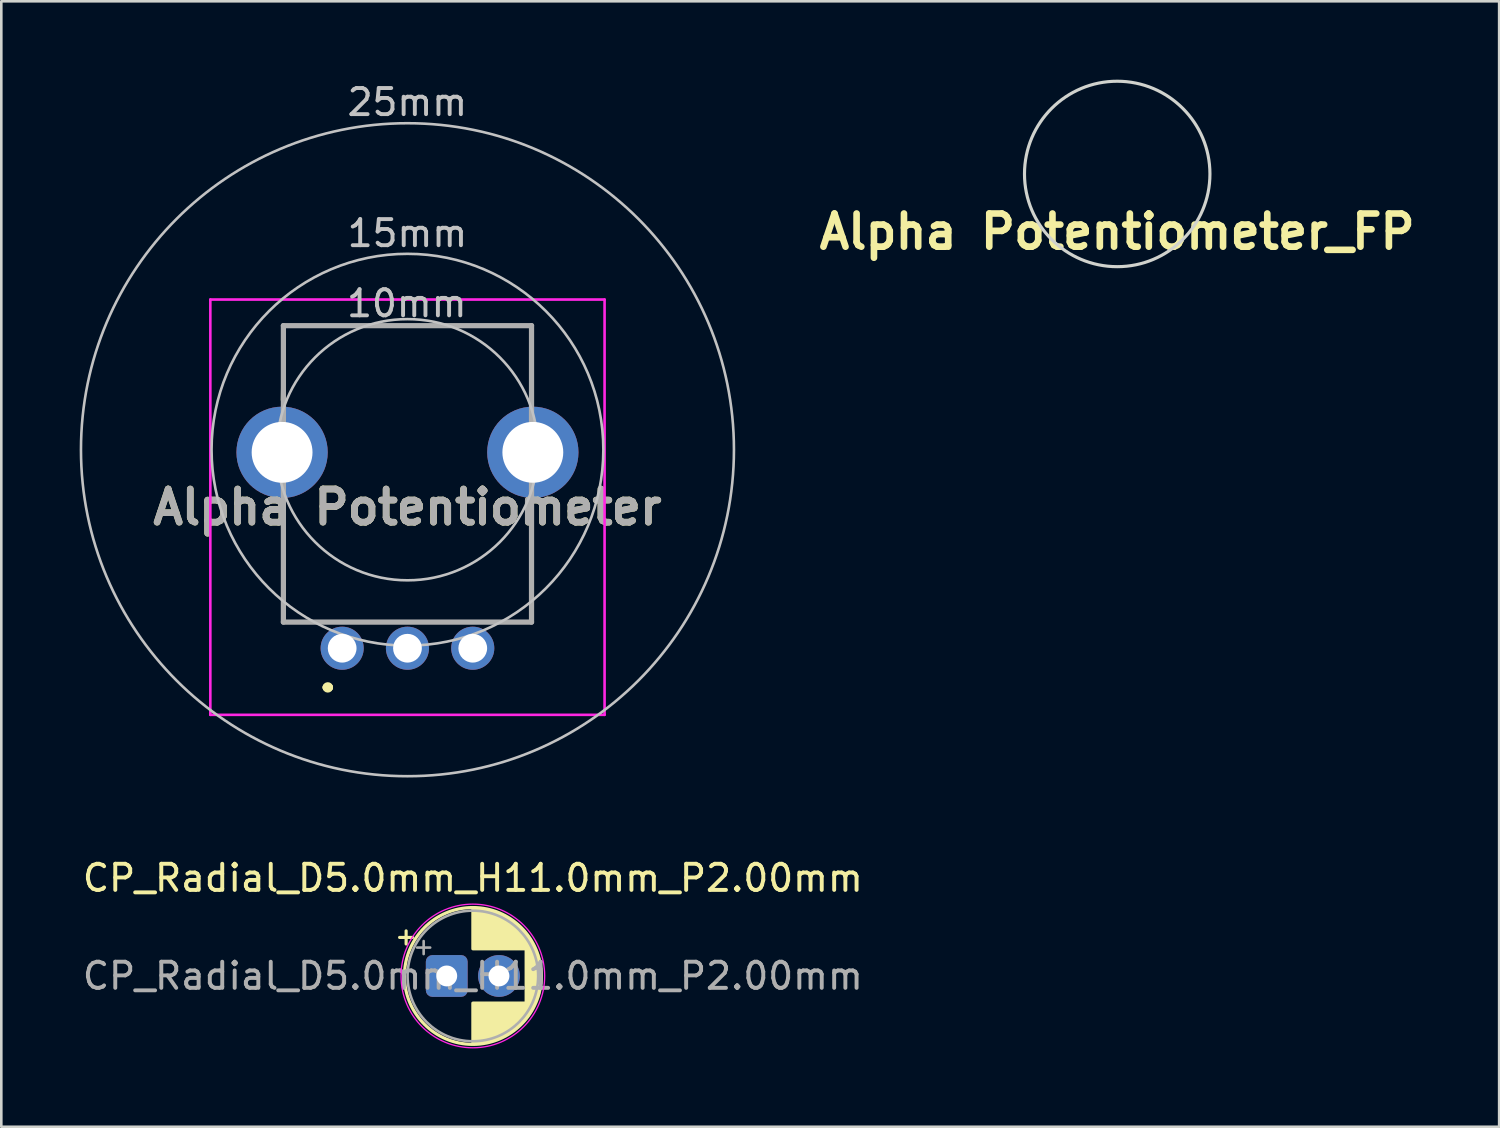
<source format=kicad_pcb>
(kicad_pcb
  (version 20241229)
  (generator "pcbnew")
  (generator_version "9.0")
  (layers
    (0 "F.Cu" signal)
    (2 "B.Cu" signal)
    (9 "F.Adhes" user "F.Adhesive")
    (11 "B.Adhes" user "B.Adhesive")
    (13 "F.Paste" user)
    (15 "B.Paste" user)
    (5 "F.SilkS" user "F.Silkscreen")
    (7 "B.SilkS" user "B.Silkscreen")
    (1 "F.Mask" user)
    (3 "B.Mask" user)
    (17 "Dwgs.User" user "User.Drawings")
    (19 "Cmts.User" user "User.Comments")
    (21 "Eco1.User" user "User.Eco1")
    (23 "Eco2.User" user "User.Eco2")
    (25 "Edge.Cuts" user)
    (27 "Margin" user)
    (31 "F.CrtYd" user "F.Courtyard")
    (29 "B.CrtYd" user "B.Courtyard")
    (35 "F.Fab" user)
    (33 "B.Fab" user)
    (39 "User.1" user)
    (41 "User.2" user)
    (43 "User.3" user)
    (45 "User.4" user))
  (footprint "Alpha Potentiometer"
    (layer "F.Cu")
    (at 10.05 21.768)
    (property "Reference" "Alpha Potentiometer" (at 2.5 -5.4 0) (layer "F.SilkS") (effects (font (size 1.27 1.27) (thickness 0.254))))
    (attr through_hole)
    (fp_line (start -2.3 -9.5) (end -2.25 -12.35) (stroke (width 0.1) (type solid)) (layer "F.SilkS"))
    (fp_line (start -2.3 -5.5) (end -2.25 -1) (stroke (width 0.1) (type solid)) (layer "F.SilkS"))
    (fp_line (start -2.25 -12.35) (end 7.25 -12.35) (stroke (width 0.1) (type solid)) (layer "F.SilkS"))
    (fp_line (start -2.25 -1) (end 7.25 -1) (stroke (width 0.1) (type solid)) (layer "F.SilkS"))
    (fp_line (start -0.6 1.5) (end -0.6 1.5) (stroke (width 0.3) (type solid)) (layer "F.SilkS"))
    (fp_line (start -0.5 1.5) (end -0.5 1.5) (stroke (width 0.3) (type solid)) (layer "F.SilkS"))
    (fp_line (start 7.25 -12.35) (end 7.25 -9.5) (stroke (width 0.1) (type solid)) (layer "F.SilkS"))
    (fp_line (start 7.25 -1) (end 7.25 -5.5) (stroke (width 0.1) (type solid)) (layer "F.SilkS"))
    (fp_arc (start -0.6 1.5) (mid -0.55 1.45) (end -0.5 1.5) (stroke (width 0.3) (type solid)) (layer "F.SilkS"))
    (fp_arc (start -0.5 1.5) (mid -0.55 1.55) (end -0.6 1.5) (stroke (width 0.3) (type solid)) (layer "F.SilkS"))
    (fp_circle (center 2.5 -7.6) (end 7.5 -7.6) (stroke (width 0.1) (type default)) (fill no) (layer "Dwgs.User"))
    (fp_circle (center 2.5 -7.6) (end 10 -7.6) (stroke (width 0.1) (type default)) (fill no) (layer "Dwgs.User"))
    (fp_circle (center 2.5 -7.6) (end 15 -7.6) (stroke (width 0.1) (type default)) (fill no) (layer "Dwgs.User"))
    (fp_line (start -5.047 -13.35) (end 10.047 -13.35) (stroke (width 0.1) (type solid)) (layer "F.CrtYd"))
    (fp_line (start -5.047 2.55) (end -5.047 -13.35) (stroke (width 0.1) (type solid)) (layer "F.CrtYd"))
    (fp_line (start 10.047 -13.35) (end 10.047 2.55) (stroke (width 0.1) (type solid)) (layer "F.CrtYd"))
    (fp_line (start 10.047 2.55) (end -5.047 2.55) (stroke (width 0.1) (type solid)) (layer "F.CrtYd"))
    (fp_line (start -2.25 -12.35) (end 7.25 -12.35) (stroke (width 0.2) (type solid)) (layer "F.Fab"))
    (fp_line (start -2.25 -1) (end -2.25 -12.35) (stroke (width 0.2) (type solid)) (layer "F.Fab"))
    (fp_line (start 7.25 -12.35) (end 7.25 -1) (stroke (width 0.2) (type solid)) (layer "F.Fab"))
    (fp_line (start 7.25 -1) (end -2.25 -1) (stroke (width 0.2) (type solid)) (layer "F.Fab"))
    (fp_line (start 2.5 -3.86) (end 2.5 -11.36) (stroke (width 0.12) (type solid)) (layer "User.1"))
    (fp_line (start 6.25 -7.61) (end -1.25 -7.61) (stroke (width 0.12) (type solid)) (layer "User.1"))
    (fp_circle (center 2.5 -7.61) (end 6.01 -8.93) (stroke (width 0.12) (type solid)) (fill no) (layer "User.1"))
    (fp_text user "10mm" (at 2.475 -12.615 0) (unlocked yes) (layer "Dwgs.User") (effects (font (size 1 1) (thickness 0.15)) (justify bottom)))
    (fp_text user "15mm" (at 2.5 -15.3 0) (unlocked yes) (layer "Dwgs.User") (effects (font (size 1 1) (thickness 0.15)) (justify bottom)))
    (fp_text user "25mm" (at 2.497 -20.318 0) (unlocked yes) (layer "Dwgs.User") (effects (font (size 1 1) (thickness 0.15)) (justify bottom)))
    (fp_text user "${REFERENCE}" (at 2.5 -5.4 0) (layer "F.Fab") (effects (font (size 1.27 1.27) (thickness 0.254))))
    (pad "1" thru_hole circle (at 0 0) (size 1.65 1.65) (drill 1.1) (layers "*.Cu" "*.Mask"))
    (pad "2" thru_hole circle (at 2.5 0) (size 1.65 1.65) (drill 1.1) (layers "*.Cu" "*.Mask"))
    (pad "3" thru_hole circle (at 5 0) (size 1.65 1.65) (drill 1.1) (layers "*.Cu" "*.Mask"))
    (pad "MH1" thru_hole circle (at -2.3 -7.5) (size 3.495 3.495) (drill 2.33) (layers "*.Cu" "*.Mask"))
    (pad "MH2" thru_hole circle (at 7.3 -7.5) (size 3.495 3.495) (drill 2.33) (layers "*.Cu" "*.Mask")))
  (footprint "Alpha Potentiometer_FP"
    (layer "F.Cu")
    (at 37.224 11.22)
    (property "Reference" "Alpha Potentiometer_FP" (at 2.5 -5.4 0) (layer "F.SilkS") (effects (font (size 1.27 1.27) (thickness 0.254))))
    (attr through_hole)
    (fp_circle (center 2.5 -7.61) (end 6.05 -7.61) (stroke (width 0.12) (type solid)) (fill no) (layer "Edge.Cuts"))
    (fp_line (start -0.6 1.5) (end -0.6 1.5) (stroke (width 0.3) (type solid)) (layer "User.1"))
    (fp_line (start -0.5 1.5) (end -0.5 1.5) (stroke (width 0.3) (type solid)) (layer "User.1"))
    (fp_line (start 2.5 -4.06) (end 2.5 -11.16) (stroke (width 0.12) (type solid)) (layer "User.1"))
    (fp_line (start 6.05 -7.61) (end -1.05 -7.61) (stroke (width 0.12) (type solid)) (layer "User.1"))
    (fp_arc (start -0.6 1.5) (mid -0.55 1.45) (end -0.5 1.5) (stroke (width 0.3) (type solid)) (layer "User.1"))
    (fp_arc (start -0.5 1.5) (mid -0.55 1.55) (end -0.6 1.5) (stroke (width 0.3) (type solid)) (layer "User.1")))
  (footprint "CP_Radial_D5.0mm_H11.0mm_P2.00mm"
    (layer "F.Cu")
    (at 14.054 34.316)
    (property "Reference" "CP_Radial_D5.0mm_H11.0mm_P2.00mm" (at 1 -3.75 0) (layer "F.SilkS") (effects (font (size 1 1) (thickness 0.15))))
    (attr through_hole)
    (fp_line (start -1.805 -1.475) (end -1.305 -1.475) (stroke (width 0.12) (type solid)) (layer "F.SilkS"))
    (fp_line (start -1.555 -1.725) (end -1.555 -1.225) (stroke (width 0.12) (type solid)) (layer "F.SilkS"))
    (fp_line (start 1 -2.58) (end 1 -1.04) (stroke (width 0.12) (type solid)) (layer "F.SilkS"))
    (fp_line (start 1 1.04) (end 1 2.58) (stroke (width 0.12) (type solid)) (layer "F.SilkS"))
    (fp_line (start 1.04 -2.58) (end 1.04 -1.04) (stroke (width 0.12) (type solid)) (layer "F.SilkS"))
    (fp_line (start 1.04 1.04) (end 1.04 2.58) (stroke (width 0.12) (type solid)) (layer "F.SilkS"))
    (fp_line (start 1.08 -2.579) (end 1.08 -1.04) (stroke (width 0.12) (type solid)) (layer "F.SilkS"))
    (fp_line (start 1.08 1.04) (end 1.08 2.579) (stroke (width 0.12) (type solid)) (layer "F.SilkS"))
    (fp_line (start 1.12 -2.577) (end 1.12 -1.04) (stroke (width 0.12) (type solid)) (layer "F.SilkS"))
    (fp_line (start 1.12 1.04) (end 1.12 2.577) (stroke (width 0.12) (type solid)) (layer "F.SilkS"))
    (fp_line (start 1.16 -2.575) (end 1.16 -1.04) (stroke (width 0.12) (type solid)) (layer "F.SilkS"))
    (fp_line (start 1.16 1.04) (end 1.16 2.575) (stroke (width 0.12) (type solid)) (layer "F.SilkS"))
    (fp_line (start 1.2 -2.572) (end 1.2 -1.04) (stroke (width 0.12) (type solid)) (layer "F.SilkS"))
    (fp_line (start 1.2 1.04) (end 1.2 2.572) (stroke (width 0.12) (type solid)) (layer "F.SilkS"))
    (fp_line (start 1.24 -2.569) (end 1.24 -1.04) (stroke (width 0.12) (type solid)) (layer "F.SilkS"))
    (fp_line (start 1.24 1.04) (end 1.24 2.569) (stroke (width 0.12) (type solid)) (layer "F.SilkS"))
    (fp_line (start 1.28 -2.565) (end 1.28 -1.04) (stroke (width 0.12) (type solid)) (layer "F.SilkS"))
    (fp_line (start 1.28 1.04) (end 1.28 2.565) (stroke (width 0.12) (type solid)) (layer "F.SilkS"))
    (fp_line (start 1.32 -2.56) (end 1.32 -1.04) (stroke (width 0.12) (type solid)) (layer "F.SilkS"))
    (fp_line (start 1.32 1.04) (end 1.32 2.56) (stroke (width 0.12) (type solid)) (layer "F.SilkS"))
    (fp_line (start 1.36 -2.555) (end 1.36 -1.04) (stroke (width 0.12) (type solid)) (layer "F.SilkS"))
    (fp_line (start 1.36 1.04) (end 1.36 2.555) (stroke (width 0.12) (type solid)) (layer "F.SilkS"))
    (fp_line (start 1.4 -2.549) (end 1.4 -1.04) (stroke (width 0.12) (type solid)) (layer "F.SilkS"))
    (fp_line (start 1.4 1.04) (end 1.4 2.549) (stroke (width 0.12) (type solid)) (layer "F.SilkS"))
    (fp_line (start 1.44 -2.543) (end 1.44 -1.04) (stroke (width 0.12) (type solid)) (layer "F.SilkS"))
    (fp_line (start 1.44 1.04) (end 1.44 2.543) (stroke (width 0.12) (type solid)) (layer "F.SilkS"))
    (fp_line (start 1.48 -2.536) (end 1.48 -1.04) (stroke (width 0.12) (type solid)) (layer "F.SilkS"))
    (fp_line (start 1.48 1.04) (end 1.48 2.536) (stroke (width 0.12) (type solid)) (layer "F.SilkS"))
    (fp_line (start 1.52 -2.528) (end 1.52 -1.04) (stroke (width 0.12) (type solid)) (layer "F.SilkS"))
    (fp_line (start 1.52 1.04) (end 1.52 2.528) (stroke (width 0.12) (type solid)) (layer "F.SilkS"))
    (fp_line (start 1.56 -2.519) (end 1.56 -1.04) (stroke (width 0.12) (type solid)) (layer "F.SilkS"))
    (fp_line (start 1.56 1.04) (end 1.56 2.519) (stroke (width 0.12) (type solid)) (layer "F.SilkS"))
    (fp_line (start 1.6 -2.51) (end 1.6 -1.04) (stroke (width 0.12) (type solid)) (layer "F.SilkS"))
    (fp_line (start 1.6 1.04) (end 1.6 2.51) (stroke (width 0.12) (type solid)) (layer "F.SilkS"))
    (fp_line (start 1.64 -2.501) (end 1.64 -1.04) (stroke (width 0.12) (type solid)) (layer "F.SilkS"))
    (fp_line (start 1.64 1.04) (end 1.64 2.501) (stroke (width 0.12) (type solid)) (layer "F.SilkS"))
    (fp_line (start 1.68 -2.49) (end 1.68 -1.04) (stroke (width 0.12) (type solid)) (layer "F.SilkS"))
    (fp_line (start 1.68 1.04) (end 1.68 2.49) (stroke (width 0.12) (type solid)) (layer "F.SilkS"))
    (fp_line (start 1.72 -2.479) (end 1.72 -1.04) (stroke (width 0.12) (type solid)) (layer "F.SilkS"))
    (fp_line (start 1.72 1.04) (end 1.72 2.479) (stroke (width 0.12) (type solid)) (layer "F.SilkS"))
    (fp_line (start 1.76 -2.467) (end 1.76 -1.04) (stroke (width 0.12) (type solid)) (layer "F.SilkS"))
    (fp_line (start 1.76 1.04) (end 1.76 2.467) (stroke (width 0.12) (type solid)) (layer "F.SilkS"))
    (fp_line (start 1.8 -2.455) (end 1.8 -1.04) (stroke (width 0.12) (type solid)) (layer "F.SilkS"))
    (fp_line (start 1.8 1.04) (end 1.8 2.455) (stroke (width 0.12) (type solid)) (layer "F.SilkS"))
    (fp_line (start 1.84 -2.442) (end 1.84 -1.04) (stroke (width 0.12) (type solid)) (layer "F.SilkS"))
    (fp_line (start 1.84 1.04) (end 1.84 2.442) (stroke (width 0.12) (type solid)) (layer "F.SilkS"))
    (fp_line (start 1.88 -2.428) (end 1.88 -1.04) (stroke (width 0.12) (type solid)) (layer "F.SilkS"))
    (fp_line (start 1.88 1.04) (end 1.88 2.428) (stroke (width 0.12) (type solid)) (layer "F.SilkS"))
    (fp_line (start 1.92 -2.413) (end 1.92 -1.04) (stroke (width 0.12) (type solid)) (layer "F.SilkS"))
    (fp_line (start 1.92 1.04) (end 1.92 2.413) (stroke (width 0.12) (type solid)) (layer "F.SilkS"))
    (fp_line (start 1.96 -2.398) (end 1.96 -1.04) (stroke (width 0.12) (type solid)) (layer "F.SilkS"))
    (fp_line (start 1.96 1.04) (end 1.96 2.398) (stroke (width 0.12) (type solid)) (layer "F.SilkS"))
    (fp_line (start 2 -2.382) (end 2 -1.04) (stroke (width 0.12) (type solid)) (layer "F.SilkS"))
    (fp_line (start 2 1.04) (end 2 2.382) (stroke (width 0.12) (type solid)) (layer "F.SilkS"))
    (fp_line (start 2.04 -2.365) (end 2.04 -1.04) (stroke (width 0.12) (type solid)) (layer "F.SilkS"))
    (fp_line (start 2.04 1.04) (end 2.04 2.365) (stroke (width 0.12) (type solid)) (layer "F.SilkS"))
    (fp_line (start 2.08 -2.347) (end 2.08 -1.04) (stroke (width 0.12) (type solid)) (layer "F.SilkS"))
    (fp_line (start 2.08 1.04) (end 2.08 2.347) (stroke (width 0.12) (type solid)) (layer "F.SilkS"))
    (fp_line (start 2.12 -2.329) (end 2.12 -1.04) (stroke (width 0.12) (type solid)) (layer "F.SilkS"))
    (fp_line (start 2.12 1.04) (end 2.12 2.329) (stroke (width 0.12) (type solid)) (layer "F.SilkS"))
    (fp_line (start 2.16 -2.309) (end 2.16 -1.04) (stroke (width 0.12) (type solid)) (layer "F.SilkS"))
    (fp_line (start 2.16 1.04) (end 2.16 2.309) (stroke (width 0.12) (type solid)) (layer "F.SilkS"))
    (fp_line (start 2.2 -2.289) (end 2.2 -1.04) (stroke (width 0.12) (type solid)) (layer "F.SilkS"))
    (fp_line (start 2.2 1.04) (end 2.2 2.289) (stroke (width 0.12) (type solid)) (layer "F.SilkS"))
    (fp_line (start 2.24 -2.268) (end 2.24 -1.04) (stroke (width 0.12) (type solid)) (layer "F.SilkS"))
    (fp_line (start 2.24 1.04) (end 2.24 2.268) (stroke (width 0.12) (type solid)) (layer "F.SilkS"))
    (fp_line (start 2.28 -2.246) (end 2.28 -1.04) (stroke (width 0.12) (type solid)) (layer "F.SilkS"))
    (fp_line (start 2.28 1.04) (end 2.28 2.246) (stroke (width 0.12) (type solid)) (layer "F.SilkS"))
    (fp_line (start 2.32 -2.223) (end 2.32 -1.04) (stroke (width 0.12) (type solid)) (layer "F.SilkS"))
    (fp_line (start 2.32 1.04) (end 2.32 2.223) (stroke (width 0.12) (type solid)) (layer "F.SilkS"))
    (fp_line (start 2.36 -2.199) (end 2.36 -1.04) (stroke (width 0.12) (type solid)) (layer "F.SilkS"))
    (fp_line (start 2.36 1.04) (end 2.36 2.199) (stroke (width 0.12) (type solid)) (layer "F.SilkS"))
    (fp_line (start 2.4 -2.175) (end 2.4 -1.04) (stroke (width 0.12) (type solid)) (layer "F.SilkS"))
    (fp_line (start 2.4 1.04) (end 2.4 2.175) (stroke (width 0.12) (type solid)) (layer "F.SilkS"))
    (fp_line (start 2.44 -2.149) (end 2.44 -1.04) (stroke (width 0.12) (type solid)) (layer "F.SilkS"))
    (fp_line (start 2.44 1.04) (end 2.44 2.149) (stroke (width 0.12) (type solid)) (layer "F.SilkS"))
    (fp_line (start 2.48 -2.122) (end 2.48 -1.04) (stroke (width 0.12) (type solid)) (layer "F.SilkS"))
    (fp_line (start 2.48 1.04) (end 2.48 2.122) (stroke (width 0.12) (type solid)) (layer "F.SilkS"))
    (fp_line (start 2.52 -2.094) (end 2.52 -1.04) (stroke (width 0.12) (type solid)) (layer "F.SilkS"))
    (fp_line (start 2.52 1.04) (end 2.52 2.094) (stroke (width 0.12) (type solid)) (layer "F.SilkS"))
    (fp_line (start 2.56 -2.065) (end 2.56 -1.04) (stroke (width 0.12) (type solid)) (layer "F.SilkS"))
    (fp_line (start 2.56 1.04) (end 2.56 2.065) (stroke (width 0.12) (type solid)) (layer "F.SilkS"))
    (fp_line (start 2.6 -2.035) (end 2.6 -1.04) (stroke (width 0.12) (type solid)) (layer "F.SilkS"))
    (fp_line (start 2.6 1.04) (end 2.6 2.035) (stroke (width 0.12) (type solid)) (layer "F.SilkS"))
    (fp_line (start 2.64 -2.003) (end 2.64 -1.04) (stroke (width 0.12) (type solid)) (layer "F.SilkS"))
    (fp_line (start 2.64 1.04) (end 2.64 2.003) (stroke (width 0.12) (type solid)) (layer "F.SilkS"))
    (fp_line (start 2.68 -1.97) (end 2.68 -1.04) (stroke (width 0.12) (type solid)) (layer "F.SilkS"))
    (fp_line (start 2.68 1.04) (end 2.68 1.97) (stroke (width 0.12) (type solid)) (layer "F.SilkS"))
    (fp_line (start 2.72 -1.936) (end 2.72 -1.04) (stroke (width 0.12) (type solid)) (layer "F.SilkS"))
    (fp_line (start 2.72 1.04) (end 2.72 1.936) (stroke (width 0.12) (type solid)) (layer "F.SilkS"))
    (fp_line (start 2.76 -1.901) (end 2.76 -1.04) (stroke (width 0.12) (type solid)) (layer "F.SilkS"))
    (fp_line (start 2.76 1.04) (end 2.76 1.901) (stroke (width 0.12) (type solid)) (layer "F.SilkS"))
    (fp_line (start 2.8 -1.864) (end 2.8 -1.04) (stroke (width 0.12) (type solid)) (layer "F.SilkS"))
    (fp_line (start 2.8 1.04) (end 2.8 1.864) (stroke (width 0.12) (type solid)) (layer "F.SilkS"))
    (fp_line (start 2.84 -1.825) (end 2.84 -1.04) (stroke (width 0.12) (type solid)) (layer "F.SilkS"))
    (fp_line (start 2.84 1.04) (end 2.84 1.825) (stroke (width 0.12) (type solid)) (layer "F.SilkS"))
    (fp_line (start 2.88 -1.785) (end 2.88 -1.04) (stroke (width 0.12) (type solid)) (layer "F.SilkS"))
    (fp_line (start 2.88 1.04) (end 2.88 1.785) (stroke (width 0.12) (type solid)) (layer "F.SilkS"))
    (fp_line (start 2.92 -1.743) (end 2.92 -1.04) (stroke (width 0.12) (type solid)) (layer "F.SilkS"))
    (fp_line (start 2.92 1.04) (end 2.92 1.743) (stroke (width 0.12) (type solid)) (layer "F.SilkS"))
    (fp_line (start 2.96 -1.699) (end 2.96 -1.04) (stroke (width 0.12) (type solid)) (layer "F.SilkS"))
    (fp_line (start 2.96 1.04) (end 2.96 1.699) (stroke (width 0.12) (type solid)) (layer "F.SilkS"))
    (fp_line (start 3 -1.652) (end 3 -1.04) (stroke (width 0.12) (type solid)) (layer "F.SilkS"))
    (fp_line (start 3 1.04) (end 3 1.652) (stroke (width 0.12) (type solid)) (layer "F.SilkS"))
    (fp_line (start 3.04 -1.604) (end 3.04 1.604) (stroke (width 0.12) (type solid)) (layer "F.SilkS"))
    (fp_line (start 3.08 -1.553) (end 3.08 1.553) (stroke (width 0.12) (type solid)) (layer "F.SilkS"))
    (fp_line (start 3.12 -1.499) (end 3.12 1.499) (stroke (width 0.12) (type solid)) (layer "F.SilkS"))
    (fp_line (start 3.16 -1.443) (end 3.16 1.443) (stroke (width 0.12) (type solid)) (layer "F.SilkS"))
    (fp_line (start 3.2 -1.383) (end 3.2 1.383) (stroke (width 0.12) (type solid)) (layer "F.SilkS"))
    (fp_line (start 3.24 -1.319) (end 3.24 1.319) (stroke (width 0.12) (type solid)) (layer "F.SilkS"))
    (fp_line (start 3.28 -1.251) (end 3.28 1.251) (stroke (width 0.12) (type solid)) (layer "F.SilkS"))
    (fp_line (start 3.32 -1.177) (end 3.32 1.177) (stroke (width 0.12) (type solid)) (layer "F.SilkS"))
    (fp_line (start 3.36 -1.098) (end 3.36 1.098) (stroke (width 0.12) (type solid)) (layer "F.SilkS"))
    (fp_line (start 3.4 -1.011) (end 3.4 1.011) (stroke (width 0.12) (type solid)) (layer "F.SilkS"))
    (fp_line (start 3.44 -0.914) (end 3.44 0.914) (stroke (width 0.12) (type solid)) (layer "F.SilkS"))
    (fp_line (start 3.48 -0.805) (end 3.48 0.805) (stroke (width 0.12) (type solid)) (layer "F.SilkS"))
    (fp_line (start 3.52 -0.677) (end 3.52 0.677) (stroke (width 0.12) (type solid)) (layer "F.SilkS"))
    (fp_line (start 3.56 -0.517) (end 3.56 0.517) (stroke (width 0.12) (type solid)) (layer "F.SilkS"))
    (fp_line (start 3.6 -0.283) (end 3.6 0.283) (stroke (width 0.12) (type solid)) (layer "F.SilkS"))
    (fp_circle (center 1 0) (end 3.62 0) (stroke (width 0.12) (type solid)) (fill no) (layer "F.SilkS"))
    (fp_circle (center 1 0) (end 3.75 0) (stroke (width 0.05) (type solid)) (fill no) (layer "F.CrtYd"))
    (fp_line (start -1.134 -1.087) (end -0.634 -1.087) (stroke (width 0.1) (type solid)) (layer "F.Fab"))
    (fp_line (start -0.884 -1.337) (end -0.884 -0.838) (stroke (width 0.1) (type solid)) (layer "F.Fab"))
    (fp_circle (center 1 0) (end 3.5 0) (stroke (width 0.1) (type solid)) (fill no) (layer "F.Fab"))
    (fp_text user "${REFERENCE}" (at 1 0 0) (layer "F.Fab") (effects (font (size 1 1) (thickness 0.15))))
    (pad "1" thru_hole roundrect (at 0 0) (size 1.6 1.6) (drill 0.8) (layers "*.Cu" "*.Mask") (roundrect_rratio 0.156))
    (pad "2" thru_hole circle (at 2 0) (size 1.6 1.6) (drill 0.8) (layers "*.Cu" "*.Mask")))
  (gr_rect
    (start -3 -3)
    (end 54.347 40.091)
    (stroke (width 0.1) (type default))
    (fill no)
    (layer "Edge.Cuts")))
</source>
